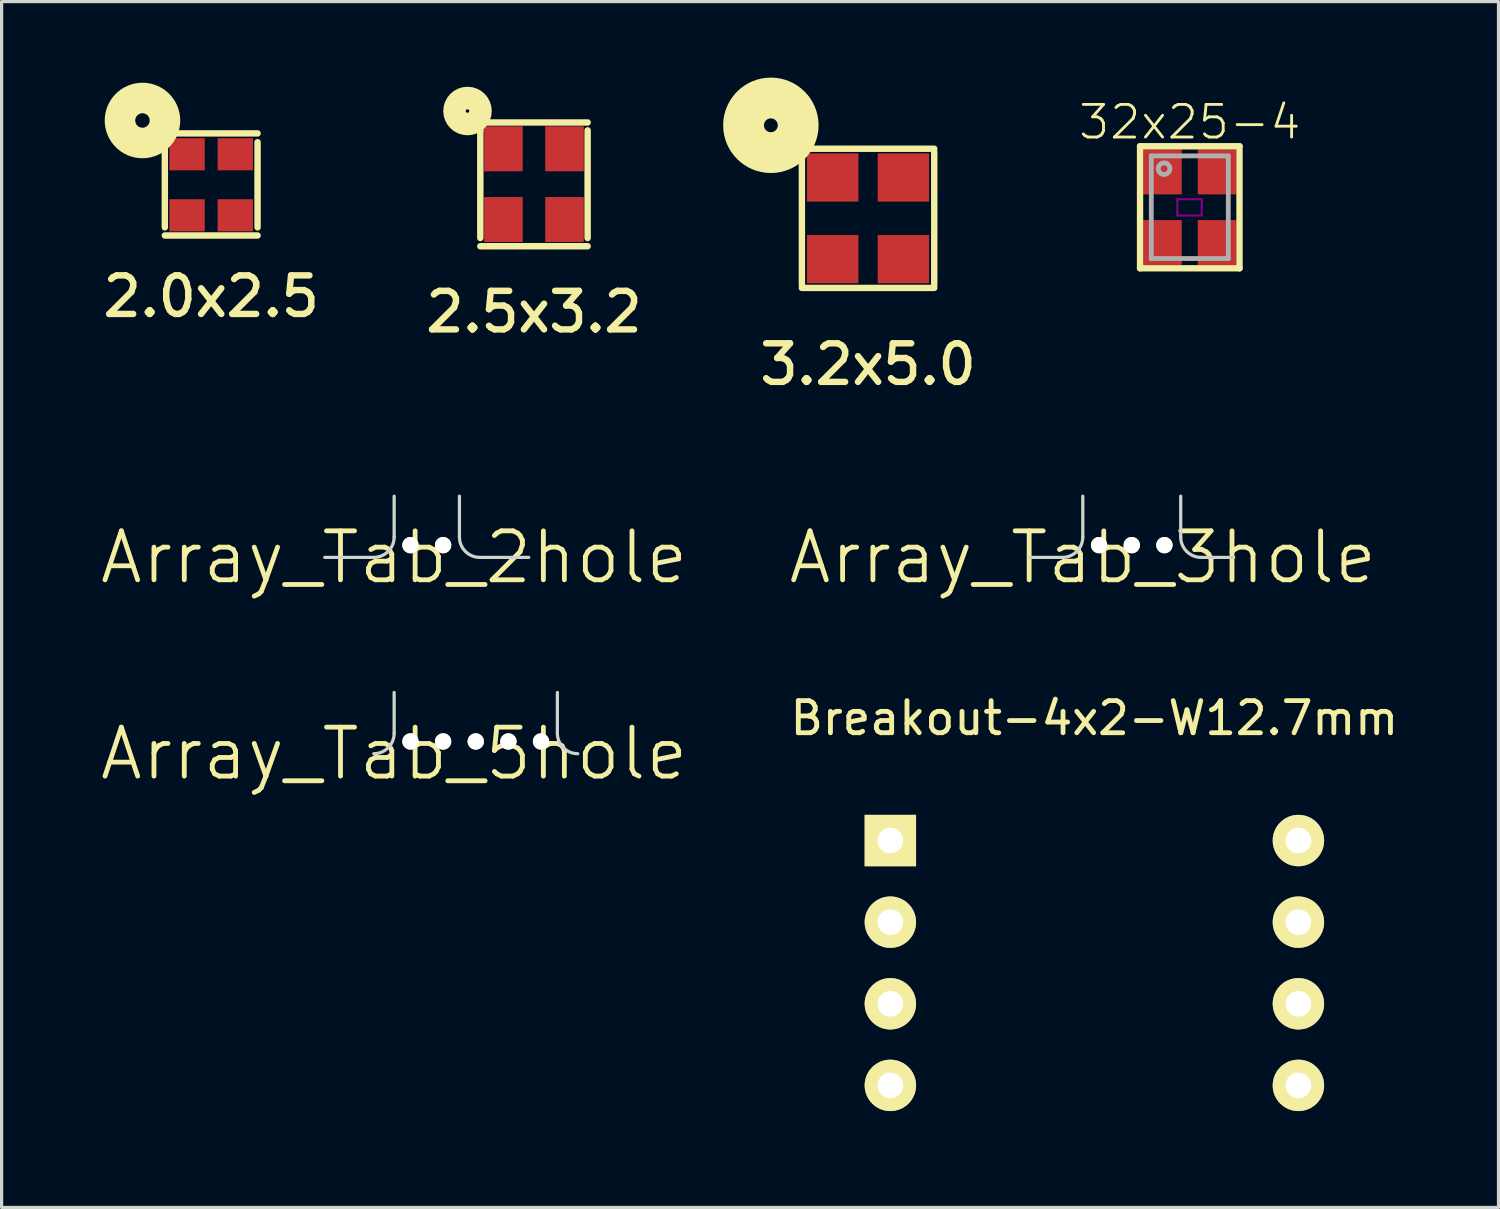
<source format=kicad_pcb>
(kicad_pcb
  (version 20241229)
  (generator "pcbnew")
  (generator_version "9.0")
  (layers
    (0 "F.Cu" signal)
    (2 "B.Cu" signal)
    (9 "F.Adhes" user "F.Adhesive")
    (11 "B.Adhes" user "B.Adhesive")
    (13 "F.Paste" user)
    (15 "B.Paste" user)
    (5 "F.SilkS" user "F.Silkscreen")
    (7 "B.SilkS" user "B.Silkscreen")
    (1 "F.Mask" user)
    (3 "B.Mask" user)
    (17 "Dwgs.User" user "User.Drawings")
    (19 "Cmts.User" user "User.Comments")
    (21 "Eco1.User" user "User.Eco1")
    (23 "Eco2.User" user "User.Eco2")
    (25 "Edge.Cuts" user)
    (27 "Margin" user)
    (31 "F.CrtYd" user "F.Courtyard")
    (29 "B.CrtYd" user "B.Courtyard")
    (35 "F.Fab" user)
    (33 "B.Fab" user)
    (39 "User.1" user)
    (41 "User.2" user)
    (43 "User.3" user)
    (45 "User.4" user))
  (footprint "3.2x5.0"
    (layer "F.Cu")
    (at 23.967 3.745)
    (property "Reference" "3.2x5.0" (at 0 4.545 0) (layer "F.SilkS") (effects (font (size 1.2 1.2) (thickness 0.2))))
    (attr through_hole)
    (fp_line (start -2.06 -2.075) (end -2.06 -2.075) (stroke (width 0.2) (type solid)) (layer "F.SilkS"))
    (fp_line (start -2.06 -2.075) (end -2.06 2.075) (stroke (width 0.2) (type solid)) (layer "F.SilkS"))
    (fp_line (start -2.06 2.166) (end 2.06 2.166) (stroke (width 0.2) (type solid)) (layer "F.SilkS"))
    (fp_line (start 2.06 -2.166) (end -2.06 -2.166) (stroke (width 0.2) (type solid)) (layer "F.SilkS"))
    (fp_line (start 2.06 2.075) (end 2.06 -2.075) (stroke (width 0.2) (type solid)) (layer "F.SilkS"))
    (fp_circle (center -3.025 -2.895) (end -3.025 -2.68) (stroke (width 1.27) (type solid)) (fill no) (layer "F.SilkS"))
    (pad "1" smd rect (at -1.1 -1.27) (size 1.6 1.5) (layers "F.Cu" "F.Mask" "F.Paste"))
    (pad "2" smd rect (at -1.1 1.27) (size 1.6 1.5) (layers "F.Cu" "F.Mask" "F.Paste"))
    (pad "3" smd rect (at 1.1 1.27) (size 1.6 1.5) (layers "F.Cu" "F.Mask" "F.Paste"))
    (pad "4" smd rect (at 1.1 -1.27) (size 1.6 1.5) (layers "F.Cu" "F.Mask" "F.Paste")))
  (footprint "Array_Tab_3hole"
    (layer "F.Cu")
    (at 32.174 14.298)
    (property "Reference" "Array_Tab_3hole" (at -1.524 0 0) (layer "F.SilkS") (effects (font (size 1.524 1.524) (thickness 0.15))))
    (attr exclude_from_pos_files exclude_from_bom)
    (fp_line (start -3.175 0) (end -2.159 0) (stroke (width 0.1) (type solid)) (layer "Edge.Cuts"))
    (fp_line (start -1.524 -0.635) (end -1.524 -1.905) (stroke (width 0.1) (type solid)) (layer "Edge.Cuts"))
    (fp_line (start 1.524 -0.635) (end 1.524 -1.905) (stroke (width 0.1) (type solid)) (layer "Edge.Cuts"))
    (fp_line (start 2.159 0) (end 3.175 0) (stroke (width 0.1) (type solid)) (layer "Edge.Cuts"))
    (fp_arc (start -1.524 -0.635) (mid -1.709987 -0.185987) (end -2.159 0) (stroke (width 0.1) (type solid)) (layer "Edge.Cuts"))
    (fp_arc (start 2.159 0) (mid 1.709987 -0.185987) (end 1.524 -0.635) (stroke (width 0.1) (type solid)) (layer "Edge.Cuts"))
    (pad "" np_thru_hole circle (at -1.016 -0.381) (size 0.508 0.508) (drill 0.508) (layers "*.Cu" "*.Mask" "F.SilkS"))
    (pad "" np_thru_hole circle (at 0 -0.381) (size 0.508 0.508) (drill 0.508) (layers "*.Cu" "*.Mask" "F.SilkS"))
    (pad "" np_thru_hole circle (at 1.016 -0.381) (size 0.508 0.508) (drill 0.508) (layers "*.Cu" "*.Mask" "F.SilkS")))
  (footprint "2.0x2.5"
    (layer "F.Cu")
    (at 3.523 2.701)
    (property "Reference" "2.0x2.5" (at 0 3.475 0) (layer "F.SilkS") (effects (font (size 1.2 1.2) (thickness 0.2))))
    (attr through_hole)
    (fp_line (start -1.443 -1.325) (end -1.443 -1.325) (stroke (width 0.2) (type solid)) (layer "F.SilkS"))
    (fp_line (start -1.443 -1.325) (end -1.443 1.325) (stroke (width 0.2) (type solid)) (layer "F.SilkS"))
    (fp_line (start -1.443 1.579) (end 1.443 1.579) (stroke (width 0.2) (type solid)) (layer "F.SilkS"))
    (fp_line (start 1.443 -1.599) (end -1.443 -1.599) (stroke (width 0.2) (type solid)) (layer "F.SilkS"))
    (fp_line (start 1.443 1.325) (end 1.443 -1.325) (stroke (width 0.2) (type solid)) (layer "F.SilkS"))
    (fp_circle (center -2.139 -2.001) (end -2.139 -1.776) (stroke (width 0.95) (type solid)) (fill no) (layer "F.SilkS"))
    (pad "1" smd rect (at -0.75 -0.95) (size 1.1 1) (layers "F.Cu" "F.Mask" "F.Paste"))
    (pad "2" smd rect (at -0.75 0.95) (size 1.1 1) (layers "F.Cu" "F.Mask" "F.Paste"))
    (pad "3" smd rect (at 0.75 0.95) (size 1.1 1) (layers "F.Cu" "F.Mask" "F.Paste"))
    (pad "4" smd rect (at 0.75 -0.95) (size 1.1 1) (layers "F.Cu" "F.Mask" "F.Paste")))
  (footprint "Array_Tab_2hole"
    (layer "F.Cu")
    (at 10.233 14.298)
    (property "Reference" "Array_Tab_2hole" (at -1.016 0 0) (layer "F.SilkS") (effects (font (size 1.524 1.524) (thickness 0.15))))
    (attr exclude_from_pos_files exclude_from_bom)
    (fp_line (start -3.175 0) (end -1.651 0) (stroke (width 0.1) (type solid)) (layer "Edge.Cuts"))
    (fp_line (start -1.016 -0.635) (end -1.016 -1.905) (stroke (width 0.1) (type solid)) (layer "Edge.Cuts"))
    (fp_line (start 1.016 -0.635) (end 1.016 -1.905) (stroke (width 0.1) (type solid)) (layer "Edge.Cuts"))
    (fp_line (start 1.651 0) (end 3.175 0) (stroke (width 0.1) (type solid)) (layer "Edge.Cuts"))
    (fp_arc (start -1.016 -0.635) (mid -1.201987 -0.185987) (end -1.651 0) (stroke (width 0.1) (type solid)) (layer "Edge.Cuts"))
    (fp_arc (start 1.651 0) (mid 1.201987 -0.185987) (end 1.016 -0.635) (stroke (width 0.1) (type solid)) (layer "Edge.Cuts"))
    (pad "" np_thru_hole circle (at -0.508 -0.381) (size 0.508 0.508) (drill 0.508) (layers "*.Cu" "*.Mask" "F.SilkS"))
    (pad "" np_thru_hole circle (at 0.508 -0.381) (size 0.508 0.508) (drill 0.508) (layers "*.Cu" "*.Mask" "F.SilkS")))
  (footprint "Breakout-4x2-W12.7mm"
    (layer "F.Cu")
    (at 24.661 23.111)
    (property "Reference" "Breakout-4x2-W12.7mm" (at 6.35 -3.81 0) (layer "F.SilkS") (effects (font (size 1 1) (thickness 0.15))))
    (attr through_hole)
    (pad "1" thru_hole rect (at 0 0) (size 1.6 1.6) (drill 0.8) (layers "*.Cu" "*.Mask" "F.SilkS"))
    (pad "2" thru_hole oval (at 0 2.54) (size 1.6 1.6) (drill 0.8) (layers "*.Cu" "*.Mask" "F.SilkS"))
    (pad "3" thru_hole oval (at 0 5.08) (size 1.6 1.6) (drill 0.8) (layers "*.Cu" "*.Mask" "F.SilkS"))
    (pad "4" thru_hole oval (at 0 7.62) (size 1.6 1.6) (drill 0.8) (layers "*.Cu" "*.Mask" "F.SilkS"))
    (pad "5" thru_hole oval (at 12.7 7.62) (size 1.6 1.6) (drill 0.8) (layers "*.Cu" "*.Mask" "F.SilkS"))
    (pad "6" thru_hole oval (at 12.7 5.08) (size 1.6 1.6) (drill 0.8) (layers "*.Cu" "*.Mask" "F.SilkS"))
    (pad "7" thru_hole oval (at 12.7 2.54) (size 1.6 1.6) (drill 0.8) (layers "*.Cu" "*.Mask" "F.SilkS"))
    (pad "8" thru_hole oval (at 12.7 0) (size 1.6 1.6) (drill 0.8) (layers "*.Cu" "*.Mask" "F.SilkS")))
  (footprint "2.5x3.2"
    (layer "F.Cu")
    (at 13.569 2.682)
    (property "Reference" "2.5x3.2" (at 0 3.975 0) (layer "F.SilkS") (effects (font (size 1.2 1.2) (thickness 0.2))))
    (attr through_hole)
    (fp_line (start -1.67 -1.675) (end -1.67 -1.675) (stroke (width 0.2) (type solid)) (layer "F.SilkS"))
    (fp_line (start -1.67 -1.675) (end -1.67 1.675) (stroke (width 0.2) (type solid)) (layer "F.SilkS"))
    (fp_line (start -1.67 1.932) (end 1.67 1.932) (stroke (width 0.2) (type solid)) (layer "F.SilkS"))
    (fp_line (start 1.67 -1.921) (end -1.67 -1.921) (stroke (width 0.2) (type solid)) (layer "F.SilkS"))
    (fp_line (start 1.67 1.675) (end 1.67 -1.675) (stroke (width 0.2) (type solid)) (layer "F.SilkS"))
    (fp_circle (center -2.069 -2.277) (end -2.069 -2.222) (stroke (width 0.7) (type solid)) (fill no) (layer "F.SilkS"))
    (pad "1" smd rect (at -0.95 -1.1) (size 1.2 1.4) (layers "F.Cu" "F.Mask" "F.Paste"))
    (pad "2" smd rect (at -0.95 1.1) (size 1.2 1.4) (layers "F.Cu" "F.Mask" "F.Paste"))
    (pad "3" smd rect (at 0.95 1.1) (size 1.2 1.4) (layers "F.Cu" "F.Mask" "F.Paste"))
    (pad "4" smd rect (at 0.95 -1.1) (size 1.2 1.4) (layers "F.Cu" "F.Mask" "F.Paste")))
  (footprint "32x25-4"
    (layer "F.Cu")
    (at 33.98 3.4)
    (property "Reference" "32x25-4" (at 0 -2.65 0) (layer "F.SilkS") (effects (font (size 1.016 1.016) (thickness 0.089))))
    (attr smd)
    (fp_line (start -1.548 -1.898) (end -1.548 1.9) (stroke (width 0.198) (type solid)) (layer "F.SilkS"))
    (fp_line (start -1.548 1.9) (end 1.548 1.9) (stroke (width 0.198) (type solid)) (layer "F.SilkS"))
    (fp_line (start 1.548 -1.898) (end -1.548 -1.898) (stroke (width 0.198) (type solid)) (layer "F.SilkS"))
    (fp_line (start 1.548 1.9) (end 1.548 -1.898) (stroke (width 0.198) (type solid)) (layer "F.SilkS"))
    (fp_line (start -0.388 -0.249) (end 0.374 -0.249) (stroke (width 0.066) (type solid)) (layer "F.Adhes"))
    (fp_line (start -0.388 0.259) (end -0.388 -0.249) (stroke (width 0.066) (type solid)) (layer "F.Adhes"))
    (fp_line (start -0.388 0.259) (end 0.374 0.259) (stroke (width 0.066) (type solid)) (layer "F.Adhes"))
    (fp_line (start 0.374 0.259) (end 0.374 -0.249) (stroke (width 0.066) (type solid)) (layer "F.Adhes"))
    (fp_line (start -1.198 -1.598) (end 1.199 -1.598) (stroke (width 0.15) (type solid)) (layer "F.Fab"))
    (fp_line (start -1.198 1.597) (end -1.198 -1.598) (stroke (width 0.15) (type solid)) (layer "F.Fab"))
    (fp_line (start 1.199 -1.598) (end 1.199 1.597) (stroke (width 0.15) (type solid)) (layer "F.Fab"))
    (fp_line (start 1.199 1.597) (end -1.198 1.597) (stroke (width 0.15) (type solid)) (layer "F.Fab"))
    (fp_circle (center -0.8 -1.2) (end -0.65 -1.1) (stroke (width 0.15) (type solid)) (fill no) (layer "F.Fab"))
    (pad "1" smd rect (at -0.85 -1.1) (size 1.199 1.4) (layers "F.Cu" "F.Mask" "F.Paste"))
    (pad "2" smd rect (at -0.85 1.1) (size 1.199 1.4) (layers "F.Cu" "F.Mask" "F.Paste"))
    (pad "3" smd rect (at 0.849 1.1) (size 1.199 1.4) (layers "F.Cu" "F.Mask" "F.Paste"))
    (pad "4" smd rect (at 0.849 -1.1) (size 1.199 1.4) (layers "F.Cu" "F.Mask" "F.Paste")))
  (footprint "Array_Tab_5hole"
    (layer "F.Cu")
    (at 11.757 20.408)
    (property "Reference" "Array_Tab_5hole" (at -2.54 0 0) (layer "F.SilkS") (effects (font (size 1.524 1.524) (thickness 0.15))))
    (attr exclude_from_pos_files exclude_from_bom)
    (fp_line (start -2.54 -0.635) (end -2.54 -1.905) (stroke (width 0.1) (type solid)) (layer "Edge.Cuts"))
    (fp_line (start 2.54 -0.635) (end 2.54 -1.905) (stroke (width 0.1) (type solid)) (layer "Edge.Cuts"))
    (fp_arc (start -2.54 -0.635) (mid -2.725987 -0.185987) (end -3.175 0) (stroke (width 0.1) (type solid)) (layer "Edge.Cuts"))
    (fp_arc (start 3.175 0) (mid 2.725987 -0.185987) (end 2.54 -0.635) (stroke (width 0.1) (type solid)) (layer "Edge.Cuts"))
    (pad "" np_thru_hole circle (at -2.032 -0.381) (size 0.508 0.508) (drill 0.508) (layers "*.Cu" "*.Mask" "F.SilkS"))
    (pad "" np_thru_hole circle (at -1.016 -0.381) (size 0.508 0.508) (drill 0.508) (layers "*.Cu" "*.Mask" "F.SilkS"))
    (pad "" np_thru_hole circle (at 0 -0.381) (size 0.508 0.508) (drill 0.508) (layers "*.Cu" "*.Mask" "F.SilkS"))
    (pad "" np_thru_hole circle (at 1.016 -0.381) (size 0.508 0.508) (drill 0.508) (layers "*.Cu" "*.Mask" "F.SilkS"))
    (pad "" np_thru_hole circle (at 2.032 -0.381) (size 0.508 0.508) (drill 0.508) (layers "*.Cu" "*.Mask" "F.SilkS")))
  (gr_rect
    (start -3 -3)
    (end 43.588 34.531)
    (stroke (width 0.1) (type default))
    (fill no)
    (layer "Edge.Cuts")))
</source>
